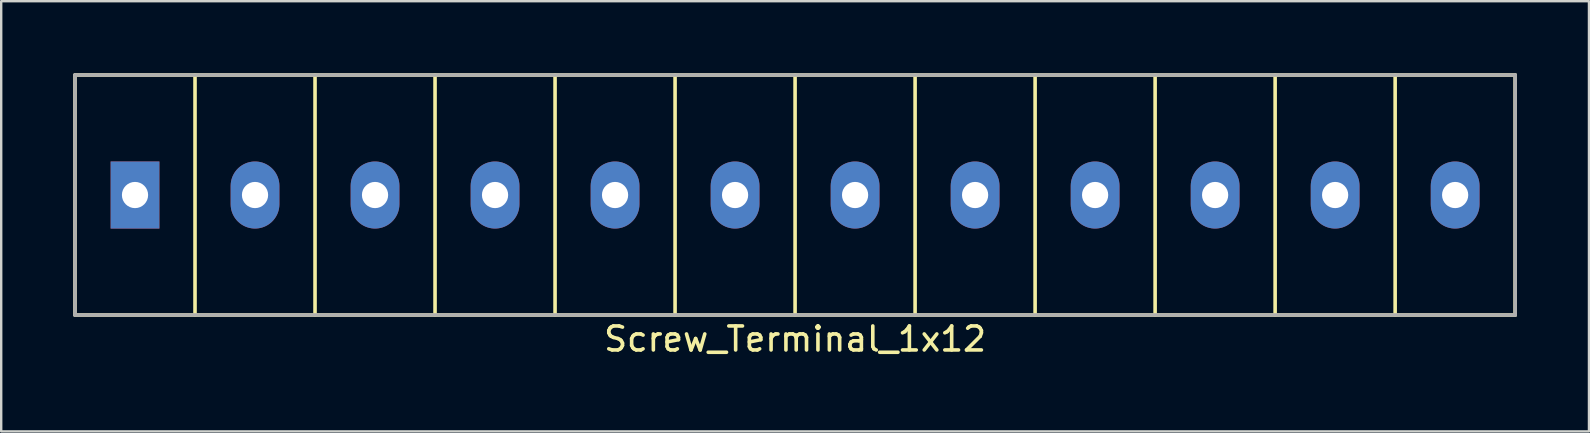
<source format=kicad_pcb>
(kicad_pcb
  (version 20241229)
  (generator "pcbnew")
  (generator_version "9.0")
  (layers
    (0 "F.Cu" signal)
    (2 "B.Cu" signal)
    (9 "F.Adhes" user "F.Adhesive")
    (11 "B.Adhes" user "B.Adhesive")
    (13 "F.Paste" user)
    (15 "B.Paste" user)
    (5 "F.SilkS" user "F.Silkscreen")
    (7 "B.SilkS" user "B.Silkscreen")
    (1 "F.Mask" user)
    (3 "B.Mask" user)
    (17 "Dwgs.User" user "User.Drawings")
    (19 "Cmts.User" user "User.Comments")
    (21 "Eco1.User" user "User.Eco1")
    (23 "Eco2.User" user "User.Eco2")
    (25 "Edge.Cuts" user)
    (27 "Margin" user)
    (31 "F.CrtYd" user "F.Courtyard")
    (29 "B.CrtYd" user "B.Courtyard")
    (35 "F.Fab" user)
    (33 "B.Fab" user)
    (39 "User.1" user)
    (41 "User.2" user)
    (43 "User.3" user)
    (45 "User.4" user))
  (footprint "Screw_Terminal_1x12"
    (layer "F.Cu")
    (at 30.075 5.075)
    (property "Reference" "Screw_Terminal_1x12" (at 0 6 180) (layer "F.SilkS") (effects (font (size 1 1) (thickness 0.15))))
    (attr through_hole)
    (fp_line (start -30 -5) (end -30 5) (stroke (width 0.15) (type solid)) (layer "F.SilkS"))
    (fp_line (start -30 5) (end 30 5) (stroke (width 0.15) (type solid)) (layer "F.SilkS"))
    (fp_line (start -25 -5) (end -25 5) (stroke (width 0.15) (type solid)) (layer "F.SilkS"))
    (fp_line (start -20 -5) (end -20 5) (stroke (width 0.15) (type solid)) (layer "F.SilkS"))
    (fp_line (start -15 -5) (end -15 5) (stroke (width 0.15) (type solid)) (layer "F.SilkS"))
    (fp_line (start -10 -5) (end -10 5) (stroke (width 0.15) (type solid)) (layer "F.SilkS"))
    (fp_line (start -5 -5) (end -5 5) (stroke (width 0.15) (type solid)) (layer "F.SilkS"))
    (fp_line (start 0 -5) (end 0 5) (stroke (width 0.15) (type solid)) (layer "F.SilkS"))
    (fp_line (start 5 -5) (end 5 5) (stroke (width 0.15) (type solid)) (layer "F.SilkS"))
    (fp_line (start 10 -5) (end 10 5) (stroke (width 0.15) (type solid)) (layer "F.SilkS"))
    (fp_line (start 15 -5) (end 15 5) (stroke (width 0.15) (type solid)) (layer "F.SilkS"))
    (fp_line (start 20 -5) (end 20 5) (stroke (width 0.15) (type solid)) (layer "F.SilkS"))
    (fp_line (start 25 -5) (end 25 5) (stroke (width 0.15) (type solid)) (layer "F.SilkS"))
    (fp_line (start 30 -5) (end -30 -5) (stroke (width 0.15) (type solid)) (layer "F.SilkS"))
    (fp_line (start 30 5) (end 30 -5) (stroke (width 0.15) (type solid)) (layer "F.SilkS"))
    (fp_line (start -30 -5) (end 30 -5) (stroke (width 0.15) (type solid)) (layer "F.Fab"))
    (fp_line (start -30 5) (end -30 -5) (stroke (width 0.15) (type solid)) (layer "F.Fab"))
    (fp_line (start 30 -5) (end 30 5) (stroke (width 0.15) (type solid)) (layer "F.Fab"))
    (fp_line (start 30 5) (end -30 5) (stroke (width 0.15) (type solid)) (layer "F.Fab"))
    (pad "1" thru_hole rect (at -27.5 0) (size 2.032 2.794) (drill 1.092) (layers "*.Cu" "*.Mask"))
    (pad "2" thru_hole oval (at -22.5 0) (size 2.032 2.794) (drill 1.092) (layers "*.Cu" "*.Mask"))
    (pad "3" thru_hole oval (at -17.5 0) (size 2.032 2.794) (drill 1.092) (layers "*.Cu" "*.Mask"))
    (pad "4" thru_hole oval (at -12.5 0) (size 2.032 2.794) (drill 1.092) (layers "*.Cu" "*.Mask"))
    (pad "5" thru_hole oval (at -7.5 0) (size 2.032 2.794) (drill 1.092) (layers "*.Cu" "*.Mask"))
    (pad "6" thru_hole oval (at -2.5 0) (size 2.032 2.794) (drill 1.092) (layers "*.Cu" "*.Mask"))
    (pad "7" thru_hole oval (at 2.5 0) (size 2.032 2.794) (drill 1.092) (layers "*.Cu" "*.Mask"))
    (pad "8" thru_hole oval (at 7.5 0) (size 2.032 2.794) (drill 1.092) (layers "*.Cu" "*.Mask"))
    (pad "9" thru_hole oval (at 12.5 0) (size 2.032 2.794) (drill 1.092) (layers "*.Cu" "*.Mask"))
    (pad "10" thru_hole oval (at 17.5 0) (size 2.032 2.794) (drill 1.092) (layers "*.Cu" "*.Mask"))
    (pad "11" thru_hole oval (at 22.5 0) (size 2.032 2.794) (drill 1.092) (layers "*.Cu" "*.Mask"))
    (pad "12" thru_hole oval (at 27.5 0) (size 2.032 2.794) (drill 1.092) (layers "*.Cu" "*.Mask")))
  (gr_rect
    (start -3 -3)
    (end 63.15 14.923)
    (stroke (width 0.1) (type default))
    (fill no)
    (layer "Edge.Cuts")))
</source>
